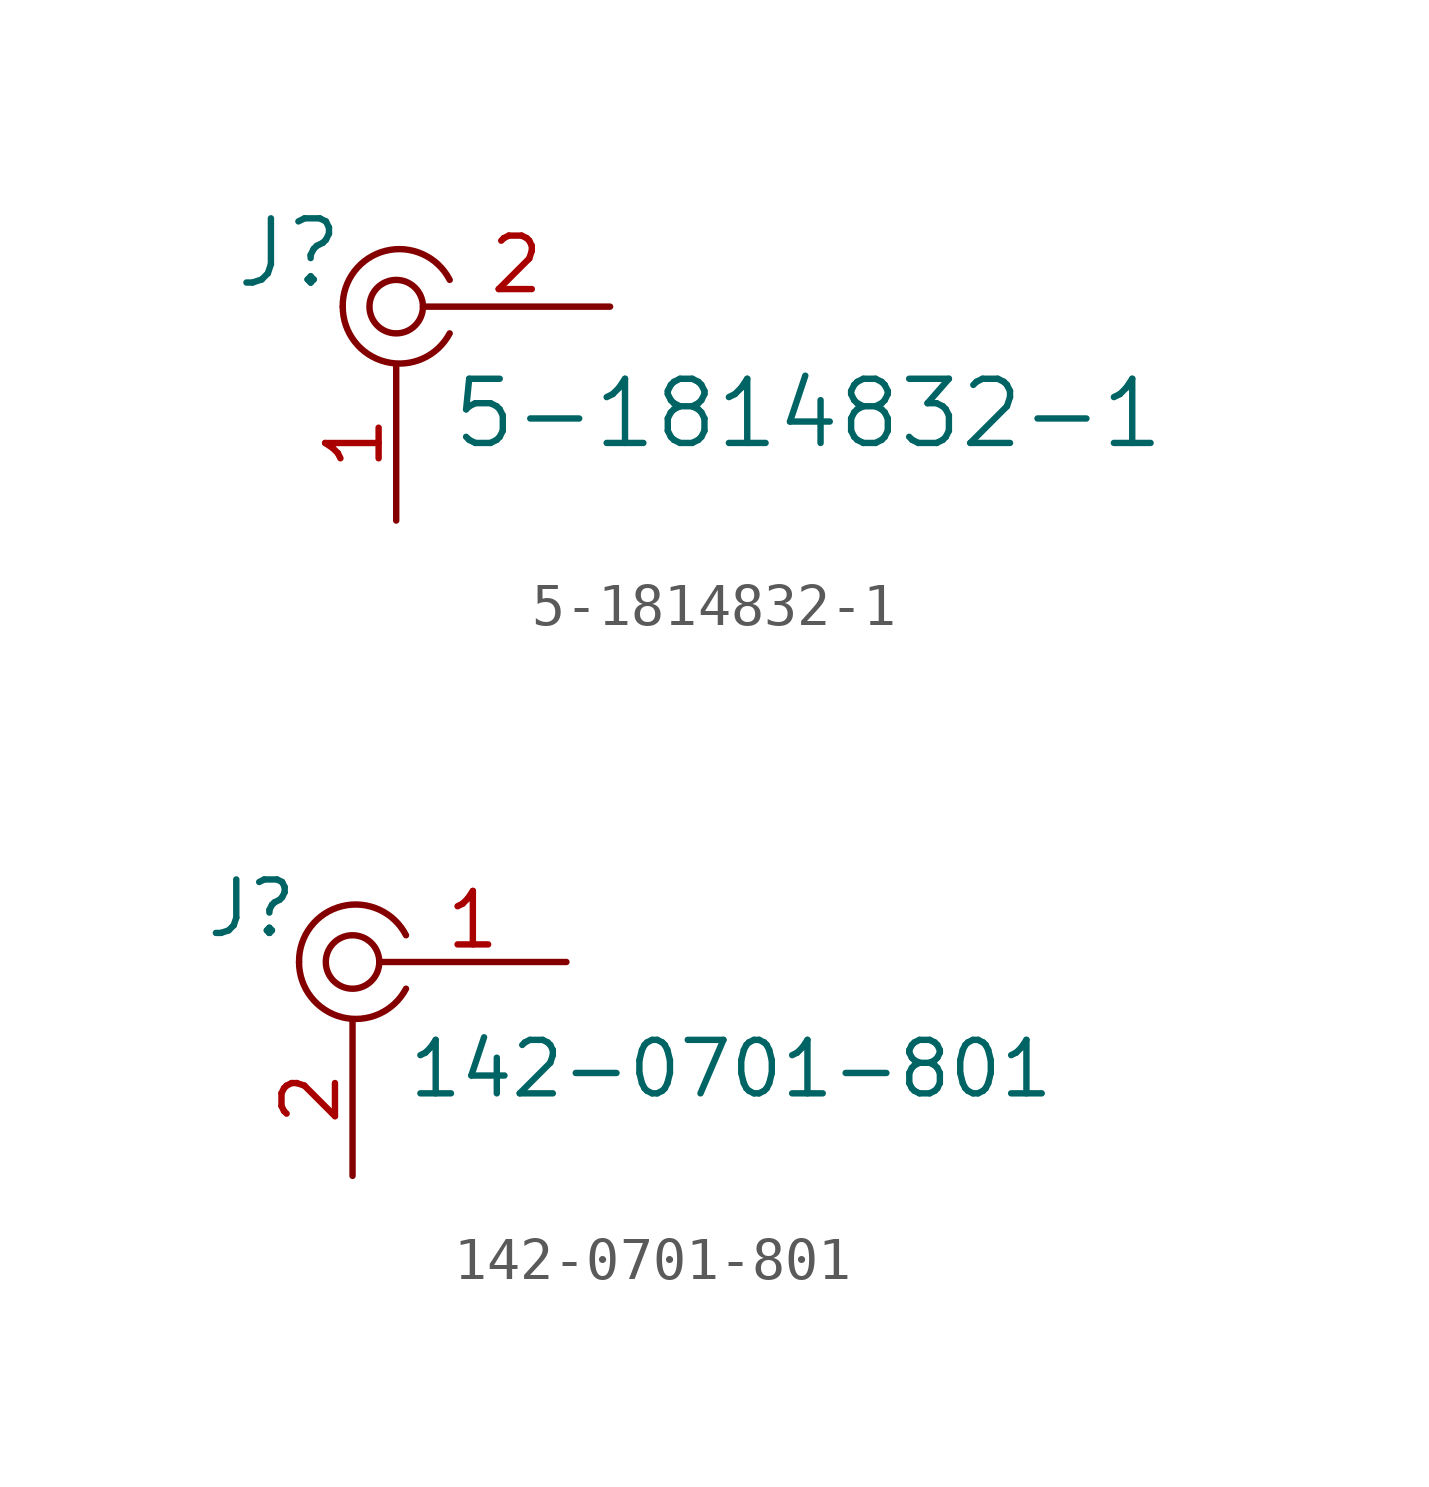
<source format=kicad_sym>
(kicad_symbol_lib
  (version 20220914)
  (generator kicad_symbol_editor)
  (symbol "5-1814832-1"
    (pin_names
      (offset 1.016))
    (property "Reference" "J"
      (at -2.54 1.27 0)
      (effects (font (size 1.524 1.524))))
    (property "Value" "5-1814832-1"
      (at 1.27 -2.54 0)
      (effects (font (size 1.524 1.524)) (justify left)))
    (symbol "5-1814832-1_0_1"
      (arc (start -1.27 0) (mid -0.2651 -1.3081) (end 1.27 -0.635) (stroke (width 0) (type solid)) (fill (type none)))
      (circle (center 0 0) (radius 0.635) (stroke (width 0) (type solid)) (fill (type none)))
      (arc (start 1.27 0.635) (mid -0.2496 1.3256) (end -1.27 0) (stroke (width 0) (type solid)) (fill (type none))))
    (symbol "5-1814832-1_1_1"
      (pin passive line (at 0 -5.08 90) (length 3.683) (name "~" (effects (font (size 1.27 1.27)))) (number "1" (effects (font (size 1.27 1.27)))))
      (pin passive line (at 5.08 0 180) (length 4.445) (name "~" (effects (font (size 1.27 1.27)))) (number "2" (effects (font (size 1.27 1.27)))))))
  (symbol "142-0701-801"
    (pin_names
      (offset 1.016))
    (property "Reference" "J"
      (at -1.27 1.27 0)
      (effects (font (size 1.27 1.27)) (justify right)))
    (property "Value" "142-0701-801"
      (at 1.27 -2.54 0)
      (effects (font (size 1.27 1.27)) (justify left)))
    (symbol "142-0701-801_1_1"
      (arc (start -1.27 0) (mid -0.2651 -1.3081) (end 1.27 -0.635) (stroke (width 0) (type solid)) (fill (type none)))
      (circle (center 0 0) (radius 0.635) (stroke (width 0) (type solid)) (fill (type none)))
      (arc (start 1.27 0.635) (mid -0.2496 1.3256) (end -1.27 0) (stroke (width 0) (type solid)) (fill (type none)))
      (pin passive line (at 5.08 0 180) (length 4.445) (name "~" (effects (font (size 1.27 1.27)))) (number "1" (effects (font (size 1.27 1.27)))))
      (pin passive line (at 0 -5.08 90) (length 3.683) (name "~" (effects (font (size 1.27 1.27)))) (number "2" (effects (font (size 1.27 1.27))))))))
</source>
